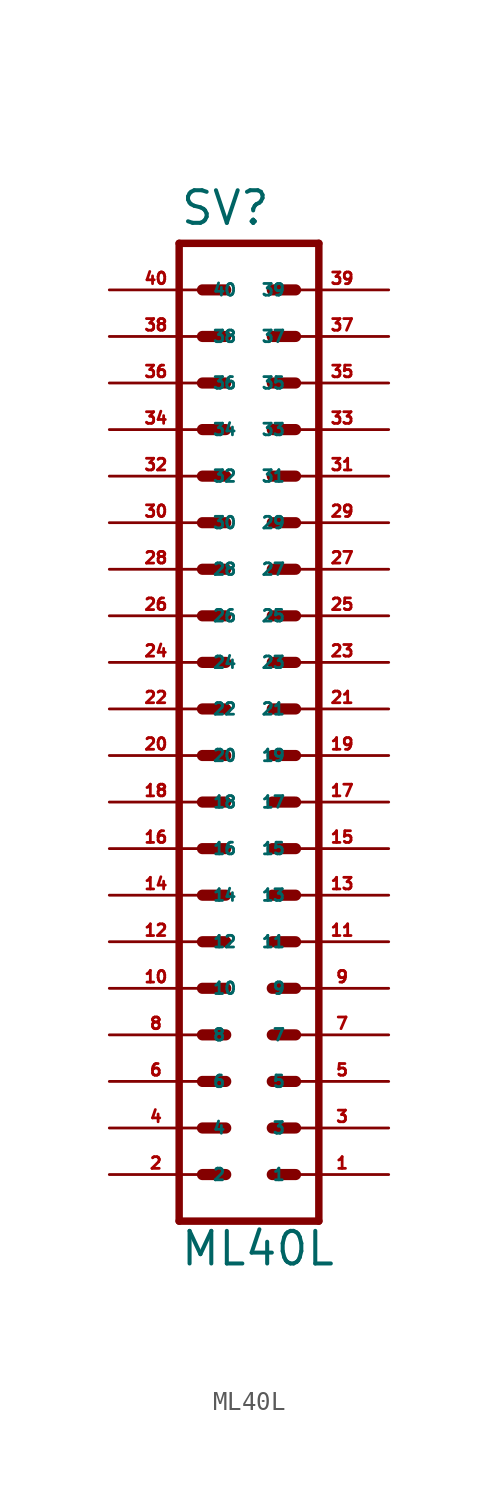
<source format=kicad_sym>
(kicad_symbol_lib
  (version 20220914)
  (generator Eagle2Kicad)
  (symbol "ML40L"
    (property "Reference" "SV"
      (at -3.81 26.289 0)
      (effects (font (size 1.778 1.778) (thickness 0.22)) (justify left bottom)))
    (property "Value" "ML40L"
      (at -3.81 -30.48 0)
      (effects (font (size 1.778 1.778) (thickness 0.22)) (justify left bottom)))
    (polyline
      (pts (xy 3.81 -27.94) (xy -3.81 -27.94))
      (stroke (width 0.406) (type default))
      (fill (type none)))
    (polyline
      (pts (xy -3.81 25.4) (xy -3.81 -27.94))
      (stroke (width 0.406) (type default))
      (fill (type none)))
    (polyline
      (pts (xy -3.81 25.4) (xy 3.81 25.4))
      (stroke (width 0.406) (type default))
      (fill (type none)))
    (polyline
      (pts (xy 3.81 -27.94) (xy 3.81 25.4))
      (stroke (width 0.406) (type default))
      (fill (type none)))
    (polyline
      (pts (xy 1.27 -15.24) (xy 2.54 -15.24))
      (stroke (width 0.61) (type default))
      (fill (type none)))
    (polyline
      (pts (xy 1.27 -17.78) (xy 2.54 -17.78))
      (stroke (width 0.61) (type default))
      (fill (type none)))
    (polyline
      (pts (xy 1.27 -20.32) (xy 2.54 -20.32))
      (stroke (width 0.61) (type default))
      (fill (type none)))
    (polyline
      (pts (xy 1.27 -22.86) (xy 2.54 -22.86))
      (stroke (width 0.61) (type default))
      (fill (type none)))
    (polyline
      (pts (xy 1.27 -25.4) (xy 2.54 -25.4))
      (stroke (width 0.61) (type default))
      (fill (type none)))
    (polyline
      (pts (xy -2.54 -15.24) (xy -1.27 -15.24))
      (stroke (width 0.61) (type default))
      (fill (type none)))
    (polyline
      (pts (xy -2.54 -17.78) (xy -1.27 -17.78))
      (stroke (width 0.61) (type default))
      (fill (type none)))
    (polyline
      (pts (xy -2.54 -20.32) (xy -1.27 -20.32))
      (stroke (width 0.61) (type default))
      (fill (type none)))
    (polyline
      (pts (xy -2.54 -22.86) (xy -1.27 -22.86))
      (stroke (width 0.61) (type default))
      (fill (type none)))
    (polyline
      (pts (xy -2.54 -25.4) (xy -1.27 -25.4))
      (stroke (width 0.61) (type default))
      (fill (type none)))
    (polyline
      (pts (xy 1.27 -12.7) (xy 2.54 -12.7))
      (stroke (width 0.61) (type default))
      (fill (type none)))
    (polyline
      (pts (xy 1.27 -10.16) (xy 2.54 -10.16))
      (stroke (width 0.61) (type default))
      (fill (type none)))
    (polyline
      (pts (xy 1.27 -7.62) (xy 2.54 -7.62))
      (stroke (width 0.61) (type default))
      (fill (type none)))
    (polyline
      (pts (xy 1.27 -5.08) (xy 2.54 -5.08))
      (stroke (width 0.61) (type default))
      (fill (type none)))
    (polyline
      (pts (xy 1.27 -2.54) (xy 2.54 -2.54))
      (stroke (width 0.61) (type default))
      (fill (type none)))
    (polyline
      (pts (xy -2.54 -12.7) (xy -1.27 -12.7))
      (stroke (width 0.61) (type default))
      (fill (type none)))
    (polyline
      (pts (xy -2.54 -10.16) (xy -1.27 -10.16))
      (stroke (width 0.61) (type default))
      (fill (type none)))
    (polyline
      (pts (xy -2.54 -7.62) (xy -1.27 -7.62))
      (stroke (width 0.61) (type default))
      (fill (type none)))
    (polyline
      (pts (xy -2.54 -5.08) (xy -1.27 -5.08))
      (stroke (width 0.61) (type default))
      (fill (type none)))
    (polyline
      (pts (xy -2.54 -2.54) (xy -1.27 -2.54))
      (stroke (width 0.61) (type default))
      (fill (type none)))
    (polyline
      (pts (xy 1.27 0) (xy 2.54 0))
      (stroke (width 0.61) (type default))
      (fill (type none)))
    (polyline
      (pts (xy 1.27 2.54) (xy 2.54 2.54))
      (stroke (width 0.61) (type default))
      (fill (type none)))
    (polyline
      (pts (xy 1.27 5.08) (xy 2.54 5.08))
      (stroke (width 0.61) (type default))
      (fill (type none)))
    (polyline
      (pts (xy -2.54 0) (xy -1.27 0))
      (stroke (width 0.61) (type default))
      (fill (type none)))
    (polyline
      (pts (xy -2.54 2.54) (xy -1.27 2.54))
      (stroke (width 0.61) (type default))
      (fill (type none)))
    (polyline
      (pts (xy -2.54 5.08) (xy -1.27 5.08))
      (stroke (width 0.61) (type default))
      (fill (type none)))
    (polyline
      (pts (xy 1.27 7.62) (xy 2.54 7.62))
      (stroke (width 0.61) (type default))
      (fill (type none)))
    (polyline
      (pts (xy 1.27 10.16) (xy 2.54 10.16))
      (stroke (width 0.61) (type default))
      (fill (type none)))
    (polyline
      (pts (xy 1.27 12.7) (xy 2.54 12.7))
      (stroke (width 0.61) (type default))
      (fill (type none)))
    (polyline
      (pts (xy 1.27 15.24) (xy 2.54 15.24))
      (stroke (width 0.61) (type default))
      (fill (type none)))
    (polyline
      (pts (xy 1.27 17.78) (xy 2.54 17.78))
      (stroke (width 0.61) (type default))
      (fill (type none)))
    (polyline
      (pts (xy 1.27 20.32) (xy 2.54 20.32))
      (stroke (width 0.61) (type default))
      (fill (type none)))
    (polyline
      (pts (xy 1.27 22.86) (xy 2.54 22.86))
      (stroke (width 0.61) (type default))
      (fill (type none)))
    (polyline
      (pts (xy -2.54 7.62) (xy -1.27 7.62))
      (stroke (width 0.61) (type default))
      (fill (type none)))
    (polyline
      (pts (xy -2.54 10.16) (xy -1.27 10.16))
      (stroke (width 0.61) (type default))
      (fill (type none)))
    (polyline
      (pts (xy -2.54 12.7) (xy -1.27 12.7))
      (stroke (width 0.61) (type default))
      (fill (type none)))
    (polyline
      (pts (xy -2.54 15.24) (xy -1.27 15.24))
      (stroke (width 0.61) (type default))
      (fill (type none)))
    (polyline
      (pts (xy -2.54 17.78) (xy -1.27 17.78))
      (stroke (width 0.61) (type default))
      (fill (type none)))
    (polyline
      (pts (xy -2.54 20.32) (xy -1.27 20.32))
      (stroke (width 0.61) (type default))
      (fill (type none)))
    (polyline
      (pts (xy -2.54 22.86) (xy -1.27 22.86))
      (stroke (width 0.61) (type default))
      (fill (type none)))
    (pin passive line
      (at 7.62 -25.4 180)
      (length 5.08)
      (name "1" (effects (font (size 0.635 0.635) (thickness 0.08)) (justify left bottom)))
      (number "1" (effects (font (size 0.635 0.635) (thickness 0.08)) (justify left bottom))))
    (pin passive line
      (at 7.62 -22.86 180)
      (length 5.08)
      (name "3" (effects (font (size 0.635 0.635) (thickness 0.08)) (justify left bottom)))
      (number "3" (effects (font (size 0.635 0.635) (thickness 0.08)) (justify left bottom))))
    (pin passive line
      (at 7.62 -20.32 180)
      (length 5.08)
      (name "5" (effects (font (size 0.635 0.635) (thickness 0.08)) (justify left bottom)))
      (number "5" (effects (font (size 0.635 0.635) (thickness 0.08)) (justify left bottom))))
    (pin passive line
      (at 7.62 -17.78 180)
      (length 5.08)
      (name "7" (effects (font (size 0.635 0.635) (thickness 0.08)) (justify left bottom)))
      (number "7" (effects (font (size 0.635 0.635) (thickness 0.08)) (justify left bottom))))
    (pin passive line
      (at 7.62 -15.24 180)
      (length 5.08)
      (name "9" (effects (font (size 0.635 0.635) (thickness 0.08)) (justify left bottom)))
      (number "9" (effects (font (size 0.635 0.635) (thickness 0.08)) (justify left bottom))))
    (pin passive line
      (at 7.62 -12.7 180)
      (length 5.08)
      (name "11" (effects (font (size 0.635 0.635) (thickness 0.08)) (justify left bottom)))
      (number "11" (effects (font (size 0.635 0.635) (thickness 0.08)) (justify left bottom))))
    (pin passive line
      (at 7.62 -10.16 180)
      (length 5.08)
      (name "13" (effects (font (size 0.635 0.635) (thickness 0.08)) (justify left bottom)))
      (number "13" (effects (font (size 0.635 0.635) (thickness 0.08)) (justify left bottom))))
    (pin passive line
      (at 7.62 -7.62 180)
      (length 5.08)
      (name "15" (effects (font (size 0.635 0.635) (thickness 0.08)) (justify left bottom)))
      (number "15" (effects (font (size 0.635 0.635) (thickness 0.08)) (justify left bottom))))
    (pin passive line
      (at 7.62 -5.08 180)
      (length 5.08)
      (name "17" (effects (font (size 0.635 0.635) (thickness 0.08)) (justify left bottom)))
      (number "17" (effects (font (size 0.635 0.635) (thickness 0.08)) (justify left bottom))))
    (pin passive line
      (at 7.62 -2.54 180)
      (length 5.08)
      (name "19" (effects (font (size 0.635 0.635) (thickness 0.08)) (justify left bottom)))
      (number "19" (effects (font (size 0.635 0.635) (thickness 0.08)) (justify left bottom))))
    (pin passive line
      (at 7.62 0 180)
      (length 5.08)
      (name "21" (effects (font (size 0.635 0.635) (thickness 0.08)) (justify left bottom)))
      (number "21" (effects (font (size 0.635 0.635) (thickness 0.08)) (justify left bottom))))
    (pin passive line
      (at 7.62 2.54 180)
      (length 5.08)
      (name "23" (effects (font (size 0.635 0.635) (thickness 0.08)) (justify left bottom)))
      (number "23" (effects (font (size 0.635 0.635) (thickness 0.08)) (justify left bottom))))
    (pin passive line
      (at 7.62 5.08 180)
      (length 5.08)
      (name "25" (effects (font (size 0.635 0.635) (thickness 0.08)) (justify left bottom)))
      (number "25" (effects (font (size 0.635 0.635) (thickness 0.08)) (justify left bottom))))
    (pin passive line
      (at 7.62 7.62 180)
      (length 5.08)
      (name "27" (effects (font (size 0.635 0.635) (thickness 0.08)) (justify left bottom)))
      (number "27" (effects (font (size 0.635 0.635) (thickness 0.08)) (justify left bottom))))
    (pin passive line
      (at 7.62 10.16 180)
      (length 5.08)
      (name "29" (effects (font (size 0.635 0.635) (thickness 0.08)) (justify left bottom)))
      (number "29" (effects (font (size 0.635 0.635) (thickness 0.08)) (justify left bottom))))
    (pin passive line
      (at 7.62 12.7 180)
      (length 5.08)
      (name "31" (effects (font (size 0.635 0.635) (thickness 0.08)) (justify left bottom)))
      (number "31" (effects (font (size 0.635 0.635) (thickness 0.08)) (justify left bottom))))
    (pin passive line
      (at 7.62 15.24 180)
      (length 5.08)
      (name "33" (effects (font (size 0.635 0.635) (thickness 0.08)) (justify left bottom)))
      (number "33" (effects (font (size 0.635 0.635) (thickness 0.08)) (justify left bottom))))
    (pin passive line
      (at 7.62 17.78 180)
      (length 5.08)
      (name "35" (effects (font (size 0.635 0.635) (thickness 0.08)) (justify left bottom)))
      (number "35" (effects (font (size 0.635 0.635) (thickness 0.08)) (justify left bottom))))
    (pin passive line
      (at 7.62 20.32 180)
      (length 5.08)
      (name "37" (effects (font (size 0.635 0.635) (thickness 0.08)) (justify left bottom)))
      (number "37" (effects (font (size 0.635 0.635) (thickness 0.08)) (justify left bottom))))
    (pin passive line
      (at 7.62 22.86 180)
      (length 5.08)
      (name "39" (effects (font (size 0.635 0.635) (thickness 0.08)) (justify left bottom)))
      (number "39" (effects (font (size 0.635 0.635) (thickness 0.08)) (justify left bottom))))
    (pin passive line
      (at -7.62 -25.4 0)
      (length 5.08)
      (name "2" (effects (font (size 0.635 0.635) (thickness 0.08)) (justify left bottom)))
      (number "2" (effects (font (size 0.635 0.635) (thickness 0.08)) (justify left bottom))))
    (pin passive line
      (at -7.62 -22.86 0)
      (length 5.08)
      (name "4" (effects (font (size 0.635 0.635) (thickness 0.08)) (justify left bottom)))
      (number "4" (effects (font (size 0.635 0.635) (thickness 0.08)) (justify left bottom))))
    (pin passive line
      (at -7.62 -20.32 0)
      (length 5.08)
      (name "6" (effects (font (size 0.635 0.635) (thickness 0.08)) (justify left bottom)))
      (number "6" (effects (font (size 0.635 0.635) (thickness 0.08)) (justify left bottom))))
    (pin passive line
      (at -7.62 -17.78 0)
      (length 5.08)
      (name "8" (effects (font (size 0.635 0.635) (thickness 0.08)) (justify left bottom)))
      (number "8" (effects (font (size 0.635 0.635) (thickness 0.08)) (justify left bottom))))
    (pin passive line
      (at -7.62 -15.24 0)
      (length 5.08)
      (name "10" (effects (font (size 0.635 0.635) (thickness 0.08)) (justify left bottom)))
      (number "10" (effects (font (size 0.635 0.635) (thickness 0.08)) (justify left bottom))))
    (pin passive line
      (at -7.62 -12.7 0)
      (length 5.08)
      (name "12" (effects (font (size 0.635 0.635) (thickness 0.08)) (justify left bottom)))
      (number "12" (effects (font (size 0.635 0.635) (thickness 0.08)) (justify left bottom))))
    (pin passive line
      (at -7.62 -10.16 0)
      (length 5.08)
      (name "14" (effects (font (size 0.635 0.635) (thickness 0.08)) (justify left bottom)))
      (number "14" (effects (font (size 0.635 0.635) (thickness 0.08)) (justify left bottom))))
    (pin passive line
      (at -7.62 -7.62 0)
      (length 5.08)
      (name "16" (effects (font (size 0.635 0.635) (thickness 0.08)) (justify left bottom)))
      (number "16" (effects (font (size 0.635 0.635) (thickness 0.08)) (justify left bottom))))
    (pin passive line
      (at -7.62 -5.08 0)
      (length 5.08)
      (name "18" (effects (font (size 0.635 0.635) (thickness 0.08)) (justify left bottom)))
      (number "18" (effects (font (size 0.635 0.635) (thickness 0.08)) (justify left bottom))))
    (pin passive line
      (at -7.62 -2.54 0)
      (length 5.08)
      (name "20" (effects (font (size 0.635 0.635) (thickness 0.08)) (justify left bottom)))
      (number "20" (effects (font (size 0.635 0.635) (thickness 0.08)) (justify left bottom))))
    (pin passive line
      (at -7.62 0 0)
      (length 5.08)
      (name "22" (effects (font (size 0.635 0.635) (thickness 0.08)) (justify left bottom)))
      (number "22" (effects (font (size 0.635 0.635) (thickness 0.08)) (justify left bottom))))
    (pin passive line
      (at -7.62 2.54 0)
      (length 5.08)
      (name "24" (effects (font (size 0.635 0.635) (thickness 0.08)) (justify left bottom)))
      (number "24" (effects (font (size 0.635 0.635) (thickness 0.08)) (justify left bottom))))
    (pin passive line
      (at -7.62 5.08 0)
      (length 5.08)
      (name "26" (effects (font (size 0.635 0.635) (thickness 0.08)) (justify left bottom)))
      (number "26" (effects (font (size 0.635 0.635) (thickness 0.08)) (justify left bottom))))
    (pin passive line
      (at -7.62 7.62 0)
      (length 5.08)
      (name "28" (effects (font (size 0.635 0.635) (thickness 0.08)) (justify left bottom)))
      (number "28" (effects (font (size 0.635 0.635) (thickness 0.08)) (justify left bottom))))
    (pin passive line
      (at -7.62 10.16 0)
      (length 5.08)
      (name "30" (effects (font (size 0.635 0.635) (thickness 0.08)) (justify left bottom)))
      (number "30" (effects (font (size 0.635 0.635) (thickness 0.08)) (justify left bottom))))
    (pin passive line
      (at -7.62 12.7 0)
      (length 5.08)
      (name "32" (effects (font (size 0.635 0.635) (thickness 0.08)) (justify left bottom)))
      (number "32" (effects (font (size 0.635 0.635) (thickness 0.08)) (justify left bottom))))
    (pin passive line
      (at -7.62 15.24 0)
      (length 5.08)
      (name "34" (effects (font (size 0.635 0.635) (thickness 0.08)) (justify left bottom)))
      (number "34" (effects (font (size 0.635 0.635) (thickness 0.08)) (justify left bottom))))
    (pin passive line
      (at -7.62 17.78 0)
      (length 5.08)
      (name "36" (effects (font (size 0.635 0.635) (thickness 0.08)) (justify left bottom)))
      (number "36" (effects (font (size 0.635 0.635) (thickness 0.08)) (justify left bottom))))
    (pin passive line
      (at -7.62 20.32 0)
      (length 5.08)
      (name "38" (effects (font (size 0.635 0.635) (thickness 0.08)) (justify left bottom)))
      (number "38" (effects (font (size 0.635 0.635) (thickness 0.08)) (justify left bottom))))
    (pin passive line
      (at -7.62 22.86 0)
      (length 5.08)
      (name "40" (effects (font (size 0.635 0.635) (thickness 0.08)) (justify left bottom)))
      (number "40" (effects (font (size 0.635 0.635) (thickness 0.08)) (justify left bottom))))))
</source>
